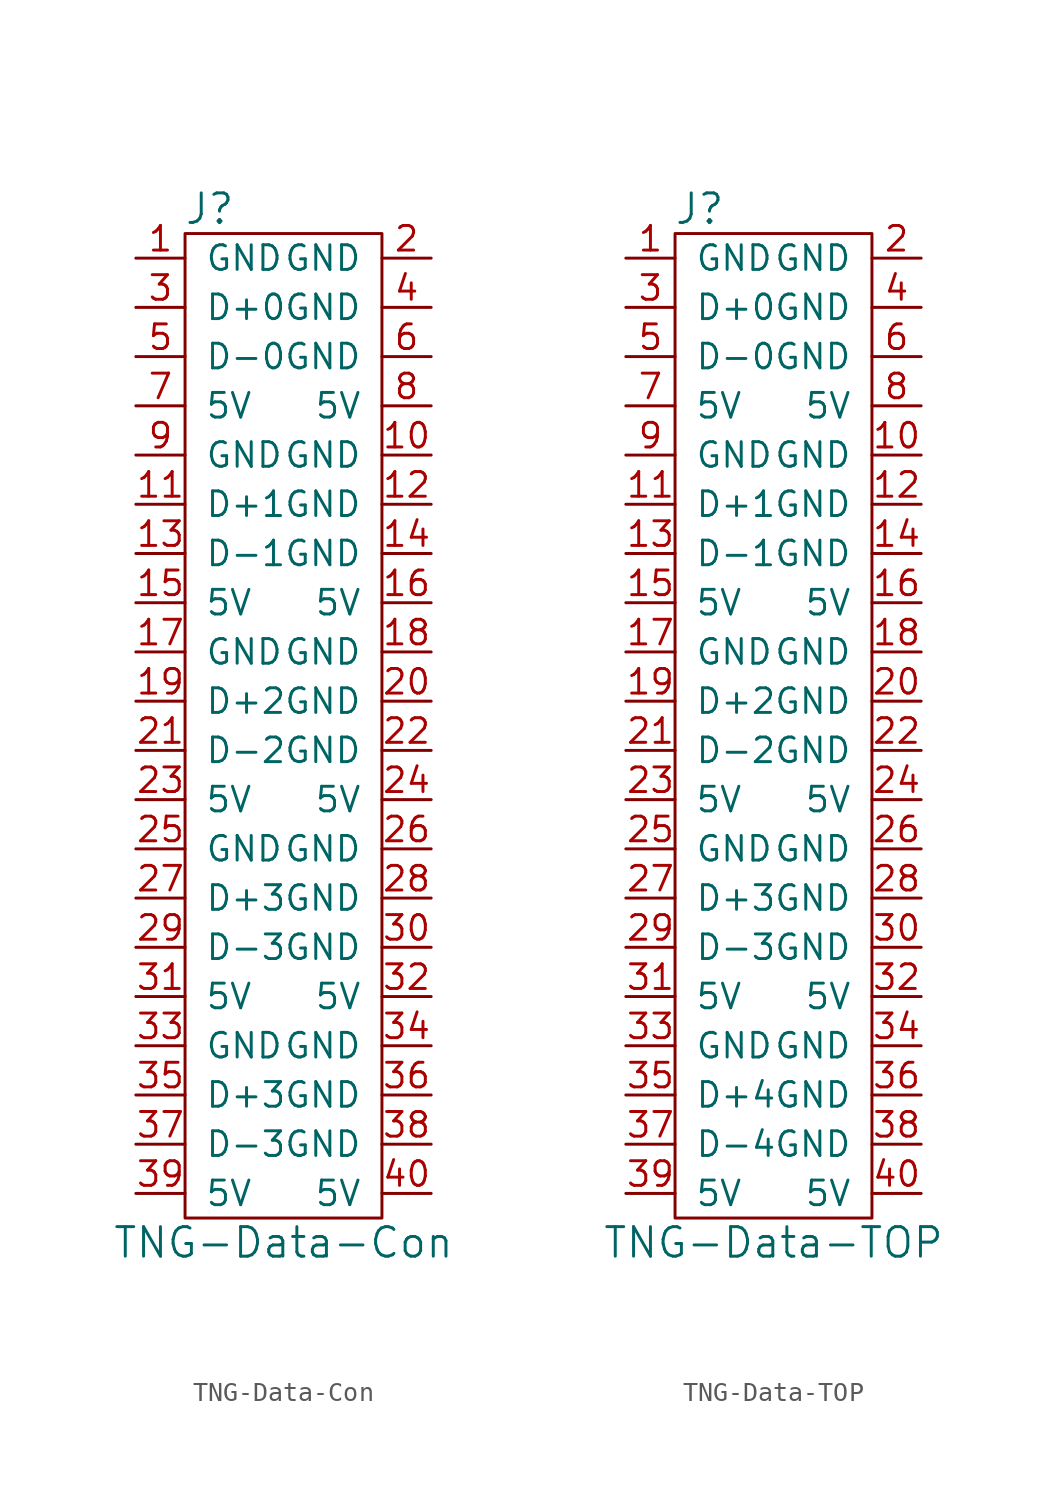
<source format=kicad_sym>
(kicad_symbol_lib
  (version 20211014)
  (generator kicad_symbol_editor)
  (symbol "TNG-Data-Con"
    (pin_names
      (offset 1.016))
    (property "Reference" "J"
      (at -3.81 26.67 0)
      (effects (font (size 1.524 1.524))))
    (property "Value" "TNG-Data-Con"
      (at 0 -26.67 0)
      (effects (font (size 1.524 1.524))))
    (symbol "TNG-Data-Con_0_1"
      (rectangle (start -5.08 25.4) (end 5.08 -25.4) (stroke (width 0) (type default) (color 0 0 0 0)) (fill (type none))))
    (symbol "TNG-Data-Con_1_1"
      (pin passive line (at -7.62 24.13 0) (length 2.54) (name "GND" (effects (font (size 1.27 1.27)))) (number "1" (effects (font (size 1.27 1.27)))))
      (pin passive line (at 7.62 13.97 180) (length 2.54) (name "GND" (effects (font (size 1.27 1.27)))) (number "10" (effects (font (size 1.27 1.27)))))
      (pin passive line (at -7.62 11.43 0) (length 2.54) (name "D+1" (effects (font (size 1.27 1.27)))) (number "11" (effects (font (size 1.27 1.27)))))
      (pin passive line (at 7.62 11.43 180) (length 2.54) (name "GND" (effects (font (size 1.27 1.27)))) (number "12" (effects (font (size 1.27 1.27)))))
      (pin passive line (at -7.62 8.89 0) (length 2.54) (name "D-1" (effects (font (size 1.27 1.27)))) (number "13" (effects (font (size 1.27 1.27)))))
      (pin passive line (at 7.62 8.89 180) (length 2.54) (name "GND" (effects (font (size 1.27 1.27)))) (number "14" (effects (font (size 1.27 1.27)))))
      (pin passive line (at -7.62 6.35 0) (length 2.54) (name "5V" (effects (font (size 1.27 1.27)))) (number "15" (effects (font (size 1.27 1.27)))))
      (pin passive line (at 7.62 6.35 180) (length 2.54) (name "5V" (effects (font (size 1.27 1.27)))) (number "16" (effects (font (size 1.27 1.27)))))
      (pin passive line (at -7.62 3.81 0) (length 2.54) (name "GND" (effects (font (size 1.27 1.27)))) (number "17" (effects (font (size 1.27 1.27)))))
      (pin passive line (at 7.62 3.81 180) (length 2.54) (name "GND" (effects (font (size 1.27 1.27)))) (number "18" (effects (font (size 1.27 1.27)))))
      (pin passive line (at -7.62 1.27 0) (length 2.54) (name "D+2" (effects (font (size 1.27 1.27)))) (number "19" (effects (font (size 1.27 1.27)))))
      (pin passive line (at 7.62 24.13 180) (length 2.54) (name "GND" (effects (font (size 1.27 1.27)))) (number "2" (effects (font (size 1.27 1.27)))))
      (pin passive line (at 7.62 1.27 180) (length 2.54) (name "GND" (effects (font (size 1.27 1.27)))) (number "20" (effects (font (size 1.27 1.27)))))
      (pin passive line (at -7.62 -1.27 0) (length 2.54) (name "D-2" (effects (font (size 1.27 1.27)))) (number "21" (effects (font (size 1.27 1.27)))))
      (pin passive line (at 7.62 -1.27 180) (length 2.54) (name "GND" (effects (font (size 1.27 1.27)))) (number "22" (effects (font (size 1.27 1.27)))))
      (pin passive line (at -7.62 -3.81 0) (length 2.54) (name "5V" (effects (font (size 1.27 1.27)))) (number "23" (effects (font (size 1.27 1.27)))))
      (pin passive line (at 7.62 -3.81 180) (length 2.54) (name "5V" (effects (font (size 1.27 1.27)))) (number "24" (effects (font (size 1.27 1.27)))))
      (pin passive line (at -7.62 -6.35 0) (length 2.54) (name "GND" (effects (font (size 1.27 1.27)))) (number "25" (effects (font (size 1.27 1.27)))))
      (pin passive line (at 7.62 -6.35 180) (length 2.54) (name "GND" (effects (font (size 1.27 1.27)))) (number "26" (effects (font (size 1.27 1.27)))))
      (pin passive line (at -7.62 -8.89 0) (length 2.54) (name "D+3" (effects (font (size 1.27 1.27)))) (number "27" (effects (font (size 1.27 1.27)))))
      (pin passive line (at 7.62 -8.89 180) (length 2.54) (name "GND" (effects (font (size 1.27 1.27)))) (number "28" (effects (font (size 1.27 1.27)))))
      (pin passive line (at -7.62 -11.43 0) (length 2.54) (name "D-3" (effects (font (size 1.27 1.27)))) (number "29" (effects (font (size 1.27 1.27)))))
      (pin passive line (at -7.62 21.59 0) (length 2.54) (name "D+0" (effects (font (size 1.27 1.27)))) (number "3" (effects (font (size 1.27 1.27)))))
      (pin passive line (at 7.62 -11.43 180) (length 2.54) (name "GND" (effects (font (size 1.27 1.27)))) (number "30" (effects (font (size 1.27 1.27)))))
      (pin passive line (at -7.62 -13.97 0) (length 2.54) (name "5V" (effects (font (size 1.27 1.27)))) (number "31" (effects (font (size 1.27 1.27)))))
      (pin passive line (at 7.62 -13.97 180) (length 2.54) (name "5V" (effects (font (size 1.27 1.27)))) (number "32" (effects (font (size 1.27 1.27)))))
      (pin passive line (at -7.62 -16.51 0) (length 2.54) (name "GND" (effects (font (size 1.27 1.27)))) (number "33" (effects (font (size 1.27 1.27)))))
      (pin passive line (at 7.62 -16.51 180) (length 2.54) (name "GND" (effects (font (size 1.27 1.27)))) (number "34" (effects (font (size 1.27 1.27)))))
      (pin passive line (at -7.62 -19.05 0) (length 2.54) (name "D+3" (effects (font (size 1.27 1.27)))) (number "35" (effects (font (size 1.27 1.27)))))
      (pin passive line (at 7.62 -19.05 180) (length 2.54) (name "GND" (effects (font (size 1.27 1.27)))) (number "36" (effects (font (size 1.27 1.27)))))
      (pin passive line (at -7.62 -21.59 0) (length 2.54) (name "D-3" (effects (font (size 1.27 1.27)))) (number "37" (effects (font (size 1.27 1.27)))))
      (pin passive line (at 7.62 -21.59 180) (length 2.54) (name "GND" (effects (font (size 1.27 1.27)))) (number "38" (effects (font (size 1.27 1.27)))))
      (pin passive line (at -7.62 -24.13 0) (length 2.54) (name "5V" (effects (font (size 1.27 1.27)))) (number "39" (effects (font (size 1.27 1.27)))))
      (pin passive line (at 7.62 21.59 180) (length 2.54) (name "GND" (effects (font (size 1.27 1.27)))) (number "4" (effects (font (size 1.27 1.27)))))
      (pin passive line (at 7.62 -24.13 180) (length 2.54) (name "5V" (effects (font (size 1.27 1.27)))) (number "40" (effects (font (size 1.27 1.27)))))
      (pin passive line (at -7.62 19.05 0) (length 2.54) (name "D-0" (effects (font (size 1.27 1.27)))) (number "5" (effects (font (size 1.27 1.27)))))
      (pin passive line (at 7.62 19.05 180) (length 2.54) (name "GND" (effects (font (size 1.27 1.27)))) (number "6" (effects (font (size 1.27 1.27)))))
      (pin passive line (at -7.62 16.51 0) (length 2.54) (name "5V" (effects (font (size 1.27 1.27)))) (number "7" (effects (font (size 1.27 1.27)))))
      (pin passive line (at 7.62 16.51 180) (length 2.54) (name "5V" (effects (font (size 1.27 1.27)))) (number "8" (effects (font (size 1.27 1.27)))))
      (pin passive line (at -7.62 13.97 0) (length 2.54) (name "GND" (effects (font (size 1.27 1.27)))) (number "9" (effects (font (size 1.27 1.27)))))))
  (symbol "TNG-Data-TOP"
    (pin_names
      (offset 1.016))
    (property "Reference" "J"
      (at -3.81 26.67 0)
      (effects (font (size 1.524 1.524))))
    (property "Value" "TNG-Data-TOP"
      (at 0 -26.67 0)
      (effects (font (size 1.524 1.524))))
    (symbol "TNG-Data-TOP_0_1"
      (rectangle (start -5.08 25.4) (end 5.08 -25.4) (stroke (width 0) (type default) (color 0 0 0 0)) (fill (type none))))
    (symbol "TNG-Data-TOP_1_1"
      (pin passive line (at -7.62 24.13 0) (length 2.54) (name "GND" (effects (font (size 1.27 1.27)))) (number "1" (effects (font (size 1.27 1.27)))))
      (pin passive line (at 7.62 13.97 180) (length 2.54) (name "GND" (effects (font (size 1.27 1.27)))) (number "10" (effects (font (size 1.27 1.27)))))
      (pin passive line (at -7.62 11.43 0) (length 2.54) (name "D+1" (effects (font (size 1.27 1.27)))) (number "11" (effects (font (size 1.27 1.27)))))
      (pin passive line (at 7.62 11.43 180) (length 2.54) (name "GND" (effects (font (size 1.27 1.27)))) (number "12" (effects (font (size 1.27 1.27)))))
      (pin passive line (at -7.62 8.89 0) (length 2.54) (name "D-1" (effects (font (size 1.27 1.27)))) (number "13" (effects (font (size 1.27 1.27)))))
      (pin passive line (at 7.62 8.89 180) (length 2.54) (name "GND" (effects (font (size 1.27 1.27)))) (number "14" (effects (font (size 1.27 1.27)))))
      (pin passive line (at -7.62 6.35 0) (length 2.54) (name "5V" (effects (font (size 1.27 1.27)))) (number "15" (effects (font (size 1.27 1.27)))))
      (pin passive line (at 7.62 6.35 180) (length 2.54) (name "5V" (effects (font (size 1.27 1.27)))) (number "16" (effects (font (size 1.27 1.27)))))
      (pin passive line (at -7.62 3.81 0) (length 2.54) (name "GND" (effects (font (size 1.27 1.27)))) (number "17" (effects (font (size 1.27 1.27)))))
      (pin passive line (at 7.62 3.81 180) (length 2.54) (name "GND" (effects (font (size 1.27 1.27)))) (number "18" (effects (font (size 1.27 1.27)))))
      (pin passive line (at -7.62 1.27 0) (length 2.54) (name "D+2" (effects (font (size 1.27 1.27)))) (number "19" (effects (font (size 1.27 1.27)))))
      (pin passive line (at 7.62 24.13 180) (length 2.54) (name "GND" (effects (font (size 1.27 1.27)))) (number "2" (effects (font (size 1.27 1.27)))))
      (pin passive line (at 7.62 1.27 180) (length 2.54) (name "GND" (effects (font (size 1.27 1.27)))) (number "20" (effects (font (size 1.27 1.27)))))
      (pin passive line (at -7.62 -1.27 0) (length 2.54) (name "D-2" (effects (font (size 1.27 1.27)))) (number "21" (effects (font (size 1.27 1.27)))))
      (pin passive line (at 7.62 -1.27 180) (length 2.54) (name "GND" (effects (font (size 1.27 1.27)))) (number "22" (effects (font (size 1.27 1.27)))))
      (pin passive line (at -7.62 -3.81 0) (length 2.54) (name "5V" (effects (font (size 1.27 1.27)))) (number "23" (effects (font (size 1.27 1.27)))))
      (pin passive line (at 7.62 -3.81 180) (length 2.54) (name "5V" (effects (font (size 1.27 1.27)))) (number "24" (effects (font (size 1.27 1.27)))))
      (pin passive line (at -7.62 -6.35 0) (length 2.54) (name "GND" (effects (font (size 1.27 1.27)))) (number "25" (effects (font (size 1.27 1.27)))))
      (pin passive line (at 7.62 -6.35 180) (length 2.54) (name "GND" (effects (font (size 1.27 1.27)))) (number "26" (effects (font (size 1.27 1.27)))))
      (pin passive line (at -7.62 -8.89 0) (length 2.54) (name "D+3" (effects (font (size 1.27 1.27)))) (number "27" (effects (font (size 1.27 1.27)))))
      (pin passive line (at 7.62 -8.89 180) (length 2.54) (name "GND" (effects (font (size 1.27 1.27)))) (number "28" (effects (font (size 1.27 1.27)))))
      (pin passive line (at -7.62 -11.43 0) (length 2.54) (name "D-3" (effects (font (size 1.27 1.27)))) (number "29" (effects (font (size 1.27 1.27)))))
      (pin passive line (at -7.62 21.59 0) (length 2.54) (name "D+0" (effects (font (size 1.27 1.27)))) (number "3" (effects (font (size 1.27 1.27)))))
      (pin passive line (at 7.62 -11.43 180) (length 2.54) (name "GND" (effects (font (size 1.27 1.27)))) (number "30" (effects (font (size 1.27 1.27)))))
      (pin passive line (at -7.62 -13.97 0) (length 2.54) (name "5V" (effects (font (size 1.27 1.27)))) (number "31" (effects (font (size 1.27 1.27)))))
      (pin passive line (at 7.62 -13.97 180) (length 2.54) (name "5V" (effects (font (size 1.27 1.27)))) (number "32" (effects (font (size 1.27 1.27)))))
      (pin passive line (at -7.62 -16.51 0) (length 2.54) (name "GND" (effects (font (size 1.27 1.27)))) (number "33" (effects (font (size 1.27 1.27)))))
      (pin passive line (at 7.62 -16.51 180) (length 2.54) (name "GND" (effects (font (size 1.27 1.27)))) (number "34" (effects (font (size 1.27 1.27)))))
      (pin passive line (at -7.62 -19.05 0) (length 2.54) (name "D+4" (effects (font (size 1.27 1.27)))) (number "35" (effects (font (size 1.27 1.27)))))
      (pin passive line (at 7.62 -19.05 180) (length 2.54) (name "GND" (effects (font (size 1.27 1.27)))) (number "36" (effects (font (size 1.27 1.27)))))
      (pin passive line (at -7.62 -21.59 0) (length 2.54) (name "D-4" (effects (font (size 1.27 1.27)))) (number "37" (effects (font (size 1.27 1.27)))))
      (pin passive line (at 7.62 -21.59 180) (length 2.54) (name "GND" (effects (font (size 1.27 1.27)))) (number "38" (effects (font (size 1.27 1.27)))))
      (pin passive line (at -7.62 -24.13 0) (length 2.54) (name "5V" (effects (font (size 1.27 1.27)))) (number "39" (effects (font (size 1.27 1.27)))))
      (pin passive line (at 7.62 21.59 180) (length 2.54) (name "GND" (effects (font (size 1.27 1.27)))) (number "4" (effects (font (size 1.27 1.27)))))
      (pin passive line (at 7.62 -24.13 180) (length 2.54) (name "5V" (effects (font (size 1.27 1.27)))) (number "40" (effects (font (size 1.27 1.27)))))
      (pin passive line (at -7.62 19.05 0) (length 2.54) (name "D-0" (effects (font (size 1.27 1.27)))) (number "5" (effects (font (size 1.27 1.27)))))
      (pin passive line (at 7.62 19.05 180) (length 2.54) (name "GND" (effects (font (size 1.27 1.27)))) (number "6" (effects (font (size 1.27 1.27)))))
      (pin passive line (at -7.62 16.51 0) (length 2.54) (name "5V" (effects (font (size 1.27 1.27)))) (number "7" (effects (font (size 1.27 1.27)))))
      (pin passive line (at 7.62 16.51 180) (length 2.54) (name "5V" (effects (font (size 1.27 1.27)))) (number "8" (effects (font (size 1.27 1.27)))))
      (pin passive line (at -7.62 13.97 0) (length 2.54) (name "GND" (effects (font (size 1.27 1.27)))) (number "9" (effects (font (size 1.27 1.27))))))))
</source>
